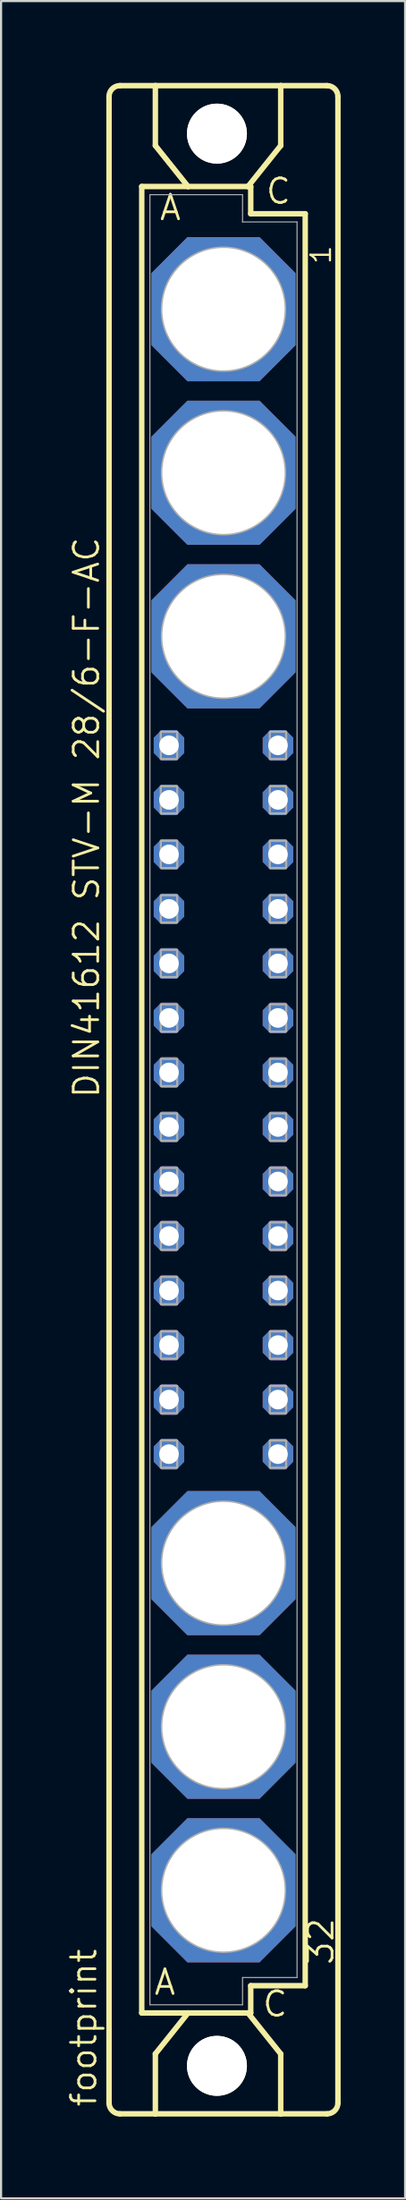
<source format=kicad_pcb>
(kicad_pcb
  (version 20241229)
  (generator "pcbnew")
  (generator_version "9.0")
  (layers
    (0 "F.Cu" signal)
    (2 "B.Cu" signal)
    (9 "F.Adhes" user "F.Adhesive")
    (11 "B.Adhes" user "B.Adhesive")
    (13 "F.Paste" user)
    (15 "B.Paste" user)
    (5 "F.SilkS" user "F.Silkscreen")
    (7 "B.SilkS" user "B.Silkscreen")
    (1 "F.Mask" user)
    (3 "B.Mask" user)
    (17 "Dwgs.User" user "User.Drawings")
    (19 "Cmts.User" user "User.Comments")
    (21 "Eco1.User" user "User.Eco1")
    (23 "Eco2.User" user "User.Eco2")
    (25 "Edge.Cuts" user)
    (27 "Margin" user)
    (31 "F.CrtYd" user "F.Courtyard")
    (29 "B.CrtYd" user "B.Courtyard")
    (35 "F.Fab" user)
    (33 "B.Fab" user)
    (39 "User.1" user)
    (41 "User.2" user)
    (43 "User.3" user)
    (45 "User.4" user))
  (footprint "footprint"
    (layer "F.Cu")
    (at 7.366 48.184)
    (property "Reference" "footprint" (at -5.842 46.99 90) (layer "F.SilkS") (effects (font (size 1.143 1.143) (thickness 0.127)) (justify left bottom)))
    (fp_line (start -5.334 46.736) (end -5.334 -46.736) (stroke (width 0.254) (type solid)) (layer "F.SilkS"))
    (fp_line (start -4.826 -47.244) (end -3.175 -47.244) (stroke (width 0.254) (type solid)) (layer "F.SilkS"))
    (fp_line (start -4.826 47.244) (end -3.175 47.244) (stroke (width 0.254) (type solid)) (layer "F.SilkS"))
    (fp_line (start -3.81 -42.545) (end -3.81 42.545) (stroke (width 0.254) (type solid)) (layer "F.SilkS"))
    (fp_line (start -3.81 42.545) (end -1.651 42.545) (stroke (width 0.254) (type solid)) (layer "F.SilkS"))
    (fp_line (start -3.175 -47.244) (end -3.175 -44.45) (stroke (width 0.254) (type solid)) (layer "F.SilkS"))
    (fp_line (start -3.175 47.244) (end -3.175 44.45) (stroke (width 0.254) (type solid)) (layer "F.SilkS"))
    (fp_line (start -3.175 47.244) (end 2.667 47.244) (stroke (width 0.254) (type solid)) (layer "F.SilkS"))
    (fp_line (start -1.651 -42.545) (end -3.81 -42.545) (stroke (width 0.254) (type solid)) (layer "F.SilkS"))
    (fp_line (start -1.651 -42.545) (end -3.175 -44.45) (stroke (width 0.254) (type solid)) (layer "F.SilkS"))
    (fp_line (start -1.651 42.545) (end -3.175 44.45) (stroke (width 0.254) (type solid)) (layer "F.SilkS"))
    (fp_line (start -1.651 42.545) (end 1.143 42.545) (stroke (width 0.254) (type solid)) (layer "F.SilkS"))
    (fp_line (start 1.143 -42.545) (end -1.651 -42.545) (stroke (width 0.254) (type solid)) (layer "F.SilkS"))
    (fp_line (start 1.143 -42.545) (end 2.667 -44.45) (stroke (width 0.254) (type solid)) (layer "F.SilkS"))
    (fp_line (start 1.143 42.545) (end 1.27 42.545) (stroke (width 0.254) (type solid)) (layer "F.SilkS"))
    (fp_line (start 1.143 42.545) (end 2.667 44.45) (stroke (width 0.254) (type solid)) (layer "F.SilkS"))
    (fp_line (start 1.27 -42.545) (end 1.143 -42.545) (stroke (width 0.254) (type solid)) (layer "F.SilkS"))
    (fp_line (start 1.27 -41.275) (end 1.27 -42.545) (stroke (width 0.254) (type solid)) (layer "F.SilkS"))
    (fp_line (start 1.27 41.275) (end 3.81 41.275) (stroke (width 0.254) (type solid)) (layer "F.SilkS"))
    (fp_line (start 1.27 42.545) (end 1.27 41.275) (stroke (width 0.254) (type solid)) (layer "F.SilkS"))
    (fp_line (start 2.667 -47.244) (end -3.175 -47.244) (stroke (width 0.254) (type solid)) (layer "F.SilkS"))
    (fp_line (start 2.667 -47.244) (end 2.667 -44.45) (stroke (width 0.254) (type solid)) (layer "F.SilkS"))
    (fp_line (start 2.667 47.244) (end 2.667 44.45) (stroke (width 0.254) (type solid)) (layer "F.SilkS"))
    (fp_line (start 2.667 47.244) (end 4.826 47.244) (stroke (width 0.254) (type solid)) (layer "F.SilkS"))
    (fp_line (start 3.81 -41.275) (end 1.27 -41.275) (stroke (width 0.254) (type solid)) (layer "F.SilkS"))
    (fp_line (start 3.81 41.275) (end 3.81 -41.275) (stroke (width 0.254) (type solid)) (layer "F.SilkS"))
    (fp_line (start 4.826 -47.244) (end 2.667 -47.244) (stroke (width 0.254) (type solid)) (layer "F.SilkS"))
    (fp_line (start 5.334 46.736) (end 5.334 -46.736) (stroke (width 0.254) (type solid)) (layer "F.SilkS"))
    (fp_arc (start -5.334 -46.736) (mid -5.18521 -47.09521) (end -4.826 -47.244) (stroke (width 0.254) (type solid)) (layer "F.SilkS"))
    (fp_arc (start -4.826 47.244) (mid -5.18521 47.09521) (end -5.334 46.736) (stroke (width 0.254) (type solid)) (layer "F.SilkS"))
    (fp_arc (start 4.826 -47.244) (mid 5.18521 -47.09521) (end 5.334 -46.736) (stroke (width 0.254) (type solid)) (layer "F.SilkS"))
    (fp_arc (start 5.334 46.736) (mid 5.18521 47.09521) (end 4.826 47.244) (stroke (width 0.254) (type solid)) (layer "F.SilkS"))
    (fp_circle (center -0.305 -45.009) (end 0.965 -45.009) (stroke (width 0.254) (type solid)) (fill no) (layer "F.SilkS"))
    (fp_circle (center -0.305 45.009) (end 0.965 45.009) (stroke (width 0.254) (type solid)) (fill no) (layer "F.SilkS"))
    (fp_line (start -3.429 -42.164) (end -3.429 42.164) (stroke (width 0.051) (type solid)) (layer "F.Fab"))
    (fp_line (start -3.429 -42.164) (end 0.889 -42.164) (stroke (width 0.051) (type solid)) (layer "F.Fab"))
    (fp_line (start -3.429 42.164) (end 0.889 42.164) (stroke (width 0.051) (type solid)) (layer "F.Fab"))
    (fp_line (start 0.889 -42.164) (end 0.889 -40.894) (stroke (width 0.051) (type solid)) (layer "F.Fab"))
    (fp_line (start 0.889 -40.894) (end 3.429 -40.894) (stroke (width 0.051) (type solid)) (layer "F.Fab"))
    (fp_line (start 0.889 40.894) (end 3.429 40.894) (stroke (width 0.051) (type solid)) (layer "F.Fab"))
    (fp_line (start 0.889 42.164) (end 0.889 40.894) (stroke (width 0.051) (type solid)) (layer "F.Fab"))
    (fp_line (start 3.429 -40.894) (end 3.429 40.894) (stroke (width 0.051) (type solid)) (layer "F.Fab"))
    (fp_circle (center 0 -36.83) (end 2.794 -36.83) (stroke (width 0.254) (type solid)) (fill no) (layer "F.Fab"))
    (fp_circle (center 0 -29.21) (end 2.794 -29.21) (stroke (width 0.254) (type solid)) (fill no) (layer "F.Fab"))
    (fp_circle (center 0 -21.59) (end 2.794 -21.59) (stroke (width 0.254) (type solid)) (fill no) (layer "F.Fab"))
    (fp_circle (center 0 21.59) (end 2.794 21.59) (stroke (width 0.254) (type solid)) (fill no) (layer "F.Fab"))
    (fp_circle (center 0 29.21) (end 2.794 29.21) (stroke (width 0.254) (type solid)) (fill no) (layer "F.Fab"))
    (fp_circle (center 0 36.83) (end 2.794 36.83) (stroke (width 0.254) (type solid)) (fill no) (layer "F.Fab"))
    (fp_poly (pts (xy -2.921 -15.875) (xy -2.159 -15.875) (xy -2.159 -17.145) (xy -2.921 -17.145)) (stroke (width 0.1) (type solid)) (fill no) (layer "F.Fab"))
    (fp_poly (pts (xy -2.921 -13.335) (xy -2.159 -13.335) (xy -2.159 -14.605) (xy -2.921 -14.605)) (stroke (width 0.1) (type solid)) (fill no) (layer "F.Fab"))
    (fp_poly (pts (xy -2.921 -10.795) (xy -2.159 -10.795) (xy -2.159 -12.065) (xy -2.921 -12.065)) (stroke (width 0.1) (type solid)) (fill no) (layer "F.Fab"))
    (fp_poly (pts (xy -2.921 -8.255) (xy -2.159 -8.255) (xy -2.159 -9.525) (xy -2.921 -9.525)) (stroke (width 0.1) (type solid)) (fill no) (layer "F.Fab"))
    (fp_poly (pts (xy -2.921 -5.715) (xy -2.159 -5.715) (xy -2.159 -6.985) (xy -2.921 -6.985)) (stroke (width 0.1) (type solid)) (fill no) (layer "F.Fab"))
    (fp_poly (pts (xy -2.921 -3.175) (xy -2.159 -3.175) (xy -2.159 -4.445) (xy -2.921 -4.445)) (stroke (width 0.1) (type solid)) (fill no) (layer "F.Fab"))
    (fp_poly (pts (xy -2.921 -0.635) (xy -2.159 -0.635) (xy -2.159 -1.905) (xy -2.921 -1.905)) (stroke (width 0.1) (type solid)) (fill no) (layer "F.Fab"))
    (fp_poly (pts (xy -2.921 1.905) (xy -2.159 1.905) (xy -2.159 0.635) (xy -2.921 0.635)) (stroke (width 0.1) (type solid)) (fill no) (layer "F.Fab"))
    (fp_poly (pts (xy -2.921 4.445) (xy -2.159 4.445) (xy -2.159 3.175) (xy -2.921 3.175)) (stroke (width 0.1) (type solid)) (fill no) (layer "F.Fab"))
    (fp_poly (pts (xy -2.921 6.985) (xy -2.159 6.985) (xy -2.159 5.715) (xy -2.921 5.715)) (stroke (width 0.1) (type solid)) (fill no) (layer "F.Fab"))
    (fp_poly (pts (xy -2.921 9.525) (xy -2.159 9.525) (xy -2.159 8.255) (xy -2.921 8.255)) (stroke (width 0.1) (type solid)) (fill no) (layer "F.Fab"))
    (fp_poly (pts (xy -2.921 12.065) (xy -2.159 12.065) (xy -2.159 10.795) (xy -2.921 10.795)) (stroke (width 0.1) (type solid)) (fill no) (layer "F.Fab"))
    (fp_poly (pts (xy -2.921 14.605) (xy -2.159 14.605) (xy -2.159 13.335) (xy -2.921 13.335)) (stroke (width 0.1) (type solid)) (fill no) (layer "F.Fab"))
    (fp_poly (pts (xy -2.921 17.145) (xy -2.159 17.145) (xy -2.159 15.875) (xy -2.921 15.875)) (stroke (width 0.1) (type solid)) (fill no) (layer "F.Fab"))
    (fp_poly (pts (xy 2.159 -15.875) (xy 2.921 -15.875) (xy 2.921 -17.145) (xy 2.159 -17.145)) (stroke (width 0.1) (type solid)) (fill no) (layer "F.Fab"))
    (fp_poly (pts (xy 2.159 -13.335) (xy 2.921 -13.335) (xy 2.921 -14.605) (xy 2.159 -14.605)) (stroke (width 0.1) (type solid)) (fill no) (layer "F.Fab"))
    (fp_poly (pts (xy 2.159 -10.795) (xy 2.921 -10.795) (xy 2.921 -12.065) (xy 2.159 -12.065)) (stroke (width 0.1) (type solid)) (fill no) (layer "F.Fab"))
    (fp_poly (pts (xy 2.159 -8.255) (xy 2.921 -8.255) (xy 2.921 -9.525) (xy 2.159 -9.525)) (stroke (width 0.1) (type solid)) (fill no) (layer "F.Fab"))
    (fp_poly (pts (xy 2.159 -5.715) (xy 2.921 -5.715) (xy 2.921 -6.985) (xy 2.159 -6.985)) (stroke (width 0.1) (type solid)) (fill no) (layer "F.Fab"))
    (fp_poly (pts (xy 2.159 -3.175) (xy 2.921 -3.175) (xy 2.921 -4.445) (xy 2.159 -4.445)) (stroke (width 0.1) (type solid)) (fill no) (layer "F.Fab"))
    (fp_poly (pts (xy 2.159 -0.635) (xy 2.921 -0.635) (xy 2.921 -1.905) (xy 2.159 -1.905)) (stroke (width 0.1) (type solid)) (fill no) (layer "F.Fab"))
    (fp_poly (pts (xy 2.159 1.905) (xy 2.921 1.905) (xy 2.921 0.635) (xy 2.159 0.635)) (stroke (width 0.1) (type solid)) (fill no) (layer "F.Fab"))
    (fp_poly (pts (xy 2.159 4.445) (xy 2.921 4.445) (xy 2.921 3.175) (xy 2.159 3.175)) (stroke (width 0.1) (type solid)) (fill no) (layer "F.Fab"))
    (fp_poly (pts (xy 2.159 6.985) (xy 2.921 6.985) (xy 2.921 5.715) (xy 2.159 5.715)) (stroke (width 0.1) (type solid)) (fill no) (layer "F.Fab"))
    (fp_poly (pts (xy 2.159 9.525) (xy 2.921 9.525) (xy 2.921 8.255) (xy 2.159 8.255)) (stroke (width 0.1) (type solid)) (fill no) (layer "F.Fab"))
    (fp_poly (pts (xy 2.159 12.065) (xy 2.921 12.065) (xy 2.921 10.795) (xy 2.159 10.795)) (stroke (width 0.1) (type solid)) (fill no) (layer "F.Fab"))
    (fp_poly (pts (xy 2.159 14.605) (xy 2.921 14.605) (xy 2.921 13.335) (xy 2.159 13.335)) (stroke (width 0.1) (type solid)) (fill no) (layer "F.Fab"))
    (fp_poly (pts (xy 2.159 17.145) (xy 2.921 17.145) (xy 2.921 15.875) (xy 2.159 15.875)) (stroke (width 0.1) (type solid)) (fill no) (layer "F.Fab"))
    (fp_text user "DIN41612 STV-M 28/6-F-AC" (at -5.715 0 90) (layer "F.SilkS") (effects (font (size 1.143 1.143) (thickness 0.127)) (justify left bottom)))
    (fp_text user "32" (at 5.207 40.386 90) (layer "F.SilkS") (effects (font (size 1.143 1.143) (thickness 0.127)) (justify left bottom)))
    (fp_text user " C " (at 0.878 42.799 0) (layer "F.SilkS") (effects (font (size 1.143 1.143) (thickness 0.127)) (justify left bottom)))
    (fp_text user "1" (at 5.08 -38.862 90) (layer "F.SilkS") (effects (font (size 0.914 0.914) (thickness 0.102)) (justify left bottom)))
    (fp_text user "C" (at 1.905 -41.656 0) (layer "F.SilkS") (effects (font (size 1.143 1.143) (thickness 0.127)) (justify left bottom)))
    (fp_text user "A" (at -3.048 -40.894 0) (layer "F.SilkS") (effects (font (size 1.143 1.143) (thickness 0.127)) (justify left bottom)))
    (fp_text user " A " (at -4.175 41.783 0) (layer "F.SilkS") (effects (font (size 1.143 1.143) (thickness 0.127)) (justify left bottom)))
    (pad "" np_thru_hole circle (at -0.305 -45.009) (size 2.794 2.794) (drill 2.794) (layers "*.Cu" "*.Mask"))
    (pad "" np_thru_hole circle (at -0.305 45.009) (size 2.794 2.794) (drill 2.794) (layers "*.Cu" "*.Mask"))
    (pad "1" thru_hole roundrect (at 0 -36.83) (size 6.716 6.716) (drill 5.7) (layers "*.Cu" "*.Mask") (roundrect_rratio 0.25) (chamfer_ratio 0.25) (chamfer top_left top_right bottom_left bottom_right))
    (pad "2" thru_hole roundrect (at 0 -29.21) (size 6.716 6.716) (drill 5.7) (layers "*.Cu" "*.Mask") (roundrect_rratio 0.25) (chamfer_ratio 0.25) (chamfer top_left top_right bottom_left bottom_right))
    (pad "3" thru_hole roundrect (at 0 -21.59) (size 6.716 6.716) (drill 5.7) (layers "*.Cu" "*.Mask") (roundrect_rratio 0.25) (chamfer_ratio 0.25) (chamfer top_left top_right bottom_left bottom_right))
    (pad "4" thru_hole roundrect (at 0 21.59) (size 6.716 6.716) (drill 5.7) (layers "*.Cu" "*.Mask") (roundrect_rratio 0.25) (chamfer_ratio 0.25) (chamfer top_left top_right bottom_left bottom_right))
    (pad "5" thru_hole roundrect (at 0 29.21) (size 6.716 6.716) (drill 5.7) (layers "*.Cu" "*.Mask") (roundrect_rratio 0.25) (chamfer_ratio 0.25) (chamfer top_left top_right bottom_left bottom_right))
    (pad "6" thru_hole roundrect (at 0 36.83) (size 6.716 6.716) (drill 5.7) (layers "*.Cu" "*.Mask") (roundrect_rratio 0.25) (chamfer_ratio 0.25) (chamfer top_left top_right bottom_left bottom_right))
    (pad "A10" thru_hole roundrect (at -2.54 -16.51) (size 1.422 1.422) (drill 0.914) (layers "*.Cu" "*.Mask") (roundrect_rratio 0.25) (chamfer_ratio 0.25) (chamfer top_left top_right bottom_left bottom_right))
    (pad "A11" thru_hole roundrect (at -2.54 -13.97) (size 1.422 1.422) (drill 0.914) (layers "*.Cu" "*.Mask") (roundrect_rratio 0.25) (chamfer_ratio 0.25) (chamfer top_left top_right bottom_left bottom_right))
    (pad "A12" thru_hole roundrect (at -2.54 -11.43) (size 1.422 1.422) (drill 0.914) (layers "*.Cu" "*.Mask") (roundrect_rratio 0.25) (chamfer_ratio 0.25) (chamfer top_left top_right bottom_left bottom_right))
    (pad "A13" thru_hole roundrect (at -2.54 -8.89) (size 1.422 1.422) (drill 0.914) (layers "*.Cu" "*.Mask") (roundrect_rratio 0.25) (chamfer_ratio 0.25) (chamfer top_left top_right bottom_left bottom_right))
    (pad "A14" thru_hole roundrect (at -2.54 -6.35) (size 1.422 1.422) (drill 0.914) (layers "*.Cu" "*.Mask") (roundrect_rratio 0.25) (chamfer_ratio 0.25) (chamfer top_left top_right bottom_left bottom_right))
    (pad "A15" thru_hole roundrect (at -2.54 -3.81) (size 1.422 1.422) (drill 0.914) (layers "*.Cu" "*.Mask") (roundrect_rratio 0.25) (chamfer_ratio 0.25) (chamfer top_left top_right bottom_left bottom_right))
    (pad "A16" thru_hole roundrect (at -2.54 -1.27) (size 1.422 1.422) (drill 0.914) (layers "*.Cu" "*.Mask") (roundrect_rratio 0.25) (chamfer_ratio 0.25) (chamfer top_left top_right bottom_left bottom_right))
    (pad "A17" thru_hole roundrect (at -2.54 1.27) (size 1.422 1.422) (drill 0.914) (layers "*.Cu" "*.Mask") (roundrect_rratio 0.25) (chamfer_ratio 0.25) (chamfer top_left top_right bottom_left bottom_right))
    (pad "A18" thru_hole roundrect (at -2.54 3.81) (size 1.422 1.422) (drill 0.914) (layers "*.Cu" "*.Mask") (roundrect_rratio 0.25) (chamfer_ratio 0.25) (chamfer top_left top_right bottom_left bottom_right))
    (pad "A19" thru_hole roundrect (at -2.54 6.35) (size 1.422 1.422) (drill 0.914) (layers "*.Cu" "*.Mask") (roundrect_rratio 0.25) (chamfer_ratio 0.25) (chamfer top_left top_right bottom_left bottom_right))
    (pad "A20" thru_hole roundrect (at -2.54 8.89) (size 1.422 1.422) (drill 0.914) (layers "*.Cu" "*.Mask") (roundrect_rratio 0.25) (chamfer_ratio 0.25) (chamfer top_left top_right bottom_left bottom_right))
    (pad "A21" thru_hole roundrect (at -2.54 11.43) (size 1.422 1.422) (drill 0.914) (layers "*.Cu" "*.Mask") (roundrect_rratio 0.25) (chamfer_ratio 0.25) (chamfer top_left top_right bottom_left bottom_right))
    (pad "A22" thru_hole roundrect (at -2.54 13.97) (size 1.422 1.422) (drill 0.914) (layers "*.Cu" "*.Mask") (roundrect_rratio 0.25) (chamfer_ratio 0.25) (chamfer top_left top_right bottom_left bottom_right))
    (pad "A23" thru_hole roundrect (at -2.54 16.51) (size 1.422 1.422) (drill 0.914) (layers "*.Cu" "*.Mask") (roundrect_rratio 0.25) (chamfer_ratio 0.25) (chamfer top_left top_right bottom_left bottom_right))
    (pad "C10" thru_hole roundrect (at 2.54 -16.51) (size 1.422 1.422) (drill 0.914) (layers "*.Cu" "*.Mask") (roundrect_rratio 0.25) (chamfer_ratio 0.25) (chamfer top_left top_right bottom_left bottom_right))
    (pad "C11" thru_hole roundrect (at 2.54 -13.97) (size 1.422 1.422) (drill 0.914) (layers "*.Cu" "*.Mask") (roundrect_rratio 0.25) (chamfer_ratio 0.25) (chamfer top_left top_right bottom_left bottom_right))
    (pad "C12" thru_hole roundrect (at 2.54 -11.43) (size 1.422 1.422) (drill 0.914) (layers "*.Cu" "*.Mask") (roundrect_rratio 0.25) (chamfer_ratio 0.25) (chamfer top_left top_right bottom_left bottom_right))
    (pad "C13" thru_hole roundrect (at 2.54 -8.89) (size 1.422 1.422) (drill 0.914) (layers "*.Cu" "*.Mask") (roundrect_rratio 0.25) (chamfer_ratio 0.25) (chamfer top_left top_right bottom_left bottom_right))
    (pad "C14" thru_hole roundrect (at 2.54 -6.35) (size 1.422 1.422) (drill 0.914) (layers "*.Cu" "*.Mask") (roundrect_rratio 0.25) (chamfer_ratio 0.25) (chamfer top_left top_right bottom_left bottom_right))
    (pad "C15" thru_hole roundrect (at 2.54 -3.81) (size 1.422 1.422) (drill 0.914) (layers "*.Cu" "*.Mask") (roundrect_rratio 0.25) (chamfer_ratio 0.25) (chamfer top_left top_right bottom_left bottom_right))
    (pad "C16" thru_hole roundrect (at 2.54 -1.27) (size 1.422 1.422) (drill 0.914) (layers "*.Cu" "*.Mask") (roundrect_rratio 0.25) (chamfer_ratio 0.25) (chamfer top_left top_right bottom_left bottom_right))
    (pad "C17" thru_hole roundrect (at 2.54 1.27) (size 1.422 1.422) (drill 0.914) (layers "*.Cu" "*.Mask") (roundrect_rratio 0.25) (chamfer_ratio 0.25) (chamfer top_left top_right bottom_left bottom_right))
    (pad "C18" thru_hole roundrect (at 2.54 3.81) (size 1.422 1.422) (drill 0.914) (layers "*.Cu" "*.Mask") (roundrect_rratio 0.25) (chamfer_ratio 0.25) (chamfer top_left top_right bottom_left bottom_right))
    (pad "C19" thru_hole roundrect (at 2.54 6.35) (size 1.422 1.422) (drill 0.914) (layers "*.Cu" "*.Mask") (roundrect_rratio 0.25) (chamfer_ratio 0.25) (chamfer top_left top_right bottom_left bottom_right))
    (pad "C20" thru_hole roundrect (at 2.54 8.89) (size 1.422 1.422) (drill 0.914) (layers "*.Cu" "*.Mask") (roundrect_rratio 0.25) (chamfer_ratio 0.25) (chamfer top_left top_right bottom_left bottom_right))
    (pad "C21" thru_hole roundrect (at 2.54 11.43) (size 1.422 1.422) (drill 0.914) (layers "*.Cu" "*.Mask") (roundrect_rratio 0.25) (chamfer_ratio 0.25) (chamfer top_left top_right bottom_left bottom_right))
    (pad "C22" thru_hole roundrect (at 2.54 13.97) (size 1.422 1.422) (drill 0.914) (layers "*.Cu" "*.Mask") (roundrect_rratio 0.25) (chamfer_ratio 0.25) (chamfer top_left top_right bottom_left bottom_right))
    (pad "C23" thru_hole roundrect (at 2.54 16.51) (size 1.422 1.422) (drill 0.914) (layers "*.Cu" "*.Mask") (roundrect_rratio 0.25) (chamfer_ratio 0.25) (chamfer top_left top_right bottom_left bottom_right))
    (zone (net_name "") (layers "F.Cu" "B.Cu") (hatch edge 0.508) (connect_pads) (min_thickness 0.254) (filled_areas_thickness no) (keepout (tracks allowed) (vias not_allowed) (pads allowed) (copperpour allowed) (footprints allowed)) (placement (enabled no)) (fill) (polygon (pts (xy 10.236 3.175) (xy 10.188 2.624) (xy 10.045 2.089) (xy 9.811 1.587) (xy 9.493 1.134) (xy 9.102 0.743) (xy 8.649 0.425) (xy 8.147 0.191) (xy 7.613 0.048) (xy 7.061 0) (xy 6.51 0.048) (xy 5.975 0.191) (xy 5.474 0.425) (xy 5.02 0.743) (xy 4.629 1.134) (xy 4.312 1.587) (xy 4.078 2.089) (xy 3.934 2.624) (xy 3.886 3.175) (xy 3.934 3.726) (xy 4.078 4.261) (xy 4.312 4.763) (xy 4.629 5.216) (xy 5.02 5.607) (xy 5.474 5.925) (xy 5.975 6.159) (xy 6.51 6.302) (xy 7.061 6.35) (xy 7.613 6.302) (xy 8.147 6.159) (xy 8.649 5.925) (xy 9.102 5.607) (xy 9.493 5.216) (xy 9.811 4.763) (xy 10.045 4.261) (xy 10.188 3.726))) (polygon (pts (xy 8.458 3.175) (xy 8.437 2.932) (xy 8.374 2.697) (xy 8.271 2.477) (xy 8.131 2.277) (xy 7.959 2.105) (xy 7.76 1.965) (xy 7.539 1.862) (xy 7.304 1.799) (xy 7.061 1.778) (xy 6.819 1.799) (xy 6.583 1.862) (xy 6.363 1.965) (xy 6.163 2.105) (xy 5.991 2.277) (xy 5.851 2.477) (xy 5.748 2.697) (xy 5.685 2.932) (xy 5.664 3.175) (xy 5.685 3.418) (xy 5.748 3.653) (xy 5.851 3.873) (xy 5.991 4.073) (xy 6.163 4.245) (xy 6.363 4.385) (xy 6.583 4.488) (xy 6.819 4.551) (xy 7.061 4.572) (xy 7.304 4.551) (xy 7.539 4.488) (xy 7.76 4.385) (xy 7.959 4.245) (xy 8.131 4.073) (xy 8.271 3.873) (xy 8.374 3.653) (xy 8.437 3.418))))
    (zone (net_name "") (layers "F.Cu" "B.Cu") (hatch edge 0.508) (connect_pads) (min_thickness 0.254) (filled_areas_thickness no) (keepout (tracks allowed) (vias not_allowed) (pads allowed) (copperpour allowed) (footprints allowed)) (placement (enabled no)) (fill) (polygon (pts (xy 10.236 93.193) (xy 10.188 92.641) (xy 10.045 92.107) (xy 9.811 91.605) (xy 9.493 91.152) (xy 9.102 90.76) (xy 8.649 90.443) (xy 8.147 90.209) (xy 7.613 90.066) (xy 7.061 90.018) (xy 6.51 90.066) (xy 5.975 90.209) (xy 5.474 90.443) (xy 5.02 90.76) (xy 4.629 91.152) (xy 4.312 91.605) (xy 4.078 92.107) (xy 3.934 92.641) (xy 3.886 93.193) (xy 3.934 93.744) (xy 4.078 94.279) (xy 4.312 94.78) (xy 4.629 95.233) (xy 5.02 95.625) (xy 5.474 95.942) (xy 5.975 96.176) (xy 6.51 96.319) (xy 7.061 96.368) (xy 7.613 96.319) (xy 8.147 96.176) (xy 8.649 95.942) (xy 9.102 95.625) (xy 9.493 95.233) (xy 9.811 94.78) (xy 10.045 94.279) (xy 10.188 93.744))) (polygon (pts (xy 8.458 93.193) (xy 8.437 92.95) (xy 8.374 92.715) (xy 8.271 92.494) (xy 8.131 92.295) (xy 7.959 92.122) (xy 7.76 91.983) (xy 7.539 91.88) (xy 7.304 91.817) (xy 7.061 91.796) (xy 6.819 91.817) (xy 6.583 91.88) (xy 6.363 91.983) (xy 6.163 92.122) (xy 5.991 92.295) (xy 5.851 92.494) (xy 5.748 92.715) (xy 5.685 92.95) (xy 5.664 93.193) (xy 5.685 93.435) (xy 5.748 93.67) (xy 5.851 93.891) (xy 5.991 94.091) (xy 6.163 94.263) (xy 6.363 94.402) (xy 6.583 94.505) (xy 6.819 94.568) (xy 7.061 94.59) (xy 7.304 94.568) (xy 7.539 94.505) (xy 7.76 94.402) (xy 7.959 94.263) (xy 8.131 94.091) (xy 8.271 93.891) (xy 8.374 93.67) (xy 8.437 93.435))))
    (zone (net_name "") (layer "B.Cu") (hatch edge 0.508) (connect_pads) (min_thickness 0.254) (filled_areas_thickness no) (keepout (tracks not_allowed) (vias not_allowed) (pads not_allowed) (copperpour not_allowed) (footprints allowed)) (placement (enabled no)) (fill) (polygon (pts (xy 10.236 3.175) (xy 10.188 2.624) (xy 10.045 2.089) (xy 9.811 1.587) (xy 9.493 1.134) (xy 9.102 0.743) (xy 8.649 0.425) (xy 8.147 0.191) (xy 7.613 0.048) (xy 7.061 0) (xy 6.51 0.048) (xy 5.975 0.191) (xy 5.474 0.425) (xy 5.02 0.743) (xy 4.629 1.134) (xy 4.312 1.587) (xy 4.078 2.089) (xy 3.934 2.624) (xy 3.886 3.175) (xy 3.934 3.726) (xy 4.078 4.261) (xy 4.312 4.763) (xy 4.629 5.216) (xy 5.02 5.607) (xy 5.474 5.925) (xy 5.975 6.159) (xy 6.51 6.302) (xy 7.061 6.35) (xy 7.613 6.302) (xy 8.147 6.159) (xy 8.649 5.925) (xy 9.102 5.607) (xy 9.493 5.216) (xy 9.811 4.763) (xy 10.045 4.261) (xy 10.188 3.726))) (polygon (pts (xy 8.458 3.175) (xy 8.437 2.932) (xy 8.374 2.697) (xy 8.271 2.477) (xy 8.131 2.277) (xy 7.959 2.105) (xy 7.76 1.965) (xy 7.539 1.862) (xy 7.304 1.799) (xy 7.061 1.778) (xy 6.819 1.799) (xy 6.583 1.862) (xy 6.363 1.965) (xy 6.163 2.105) (xy 5.991 2.277) (xy 5.851 2.477) (xy 5.748 2.697) (xy 5.685 2.932) (xy 5.664 3.175) (xy 5.685 3.418) (xy 5.748 3.653) (xy 5.851 3.873) (xy 5.991 4.073) (xy 6.163 4.245) (xy 6.363 4.385) (xy 6.583 4.488) (xy 6.819 4.551) (xy 7.061 4.572) (xy 7.304 4.551) (xy 7.539 4.488) (xy 7.76 4.385) (xy 7.959 4.245) (xy 8.131 4.073) (xy 8.271 3.873) (xy 8.374 3.653) (xy 8.437 3.418))))
    (zone (net_name "") (layer "B.Cu") (hatch edge 0.508) (connect_pads) (min_thickness 0.254) (filled_areas_thickness no) (keepout (tracks not_allowed) (vias not_allowed) (pads not_allowed) (copperpour not_allowed) (footprints allowed)) (placement (enabled no)) (fill) (polygon (pts (xy 10.236 93.193) (xy 10.188 92.641) (xy 10.045 92.107) (xy 9.811 91.605) (xy 9.493 91.152) (xy 9.102 90.76) (xy 8.649 90.443) (xy 8.147 90.209) (xy 7.613 90.066) (xy 7.061 90.018) (xy 6.51 90.066) (xy 5.975 90.209) (xy 5.474 90.443) (xy 5.02 90.76) (xy 4.629 91.152) (xy 4.312 91.605) (xy 4.078 92.107) (xy 3.934 92.641) (xy 3.886 93.193) (xy 3.934 93.744) (xy 4.078 94.279) (xy 4.312 94.78) (xy 4.629 95.233) (xy 5.02 95.625) (xy 5.474 95.942) (xy 5.975 96.176) (xy 6.51 96.319) (xy 7.061 96.368) (xy 7.613 96.319) (xy 8.147 96.176) (xy 8.649 95.942) (xy 9.102 95.625) (xy 9.493 95.233) (xy 9.811 94.78) (xy 10.045 94.279) (xy 10.188 93.744))) (polygon (pts (xy 8.458 93.193) (xy 8.437 92.95) (xy 8.374 92.715) (xy 8.271 92.494) (xy 8.131 92.295) (xy 7.959 92.122) (xy 7.76 91.983) (xy 7.539 91.88) (xy 7.304 91.817) (xy 7.061 91.796) (xy 6.819 91.817) (xy 6.583 91.88) (xy 6.363 91.983) (xy 6.163 92.122) (xy 5.991 92.295) (xy 5.851 92.494) (xy 5.748 92.715) (xy 5.685 92.95) (xy 5.664 93.193) (xy 5.685 93.435) (xy 5.748 93.67) (xy 5.851 93.891) (xy 5.991 94.091) (xy 6.163 94.263) (xy 6.363 94.402) (xy 6.583 94.505) (xy 6.819 94.568) (xy 7.061 94.59) (xy 7.304 94.568) (xy 7.539 94.505) (xy 7.76 94.402) (xy 7.959 94.263) (xy 8.131 94.091) (xy 8.271 93.891) (xy 8.374 93.67) (xy 8.437 93.435)))))
  (gr_rect
    (start -3 -3)
    (end 15.832 99.368)
    (stroke (width 0.1) (type default))
    (fill no)
    (layer "Edge.Cuts")))
</source>
